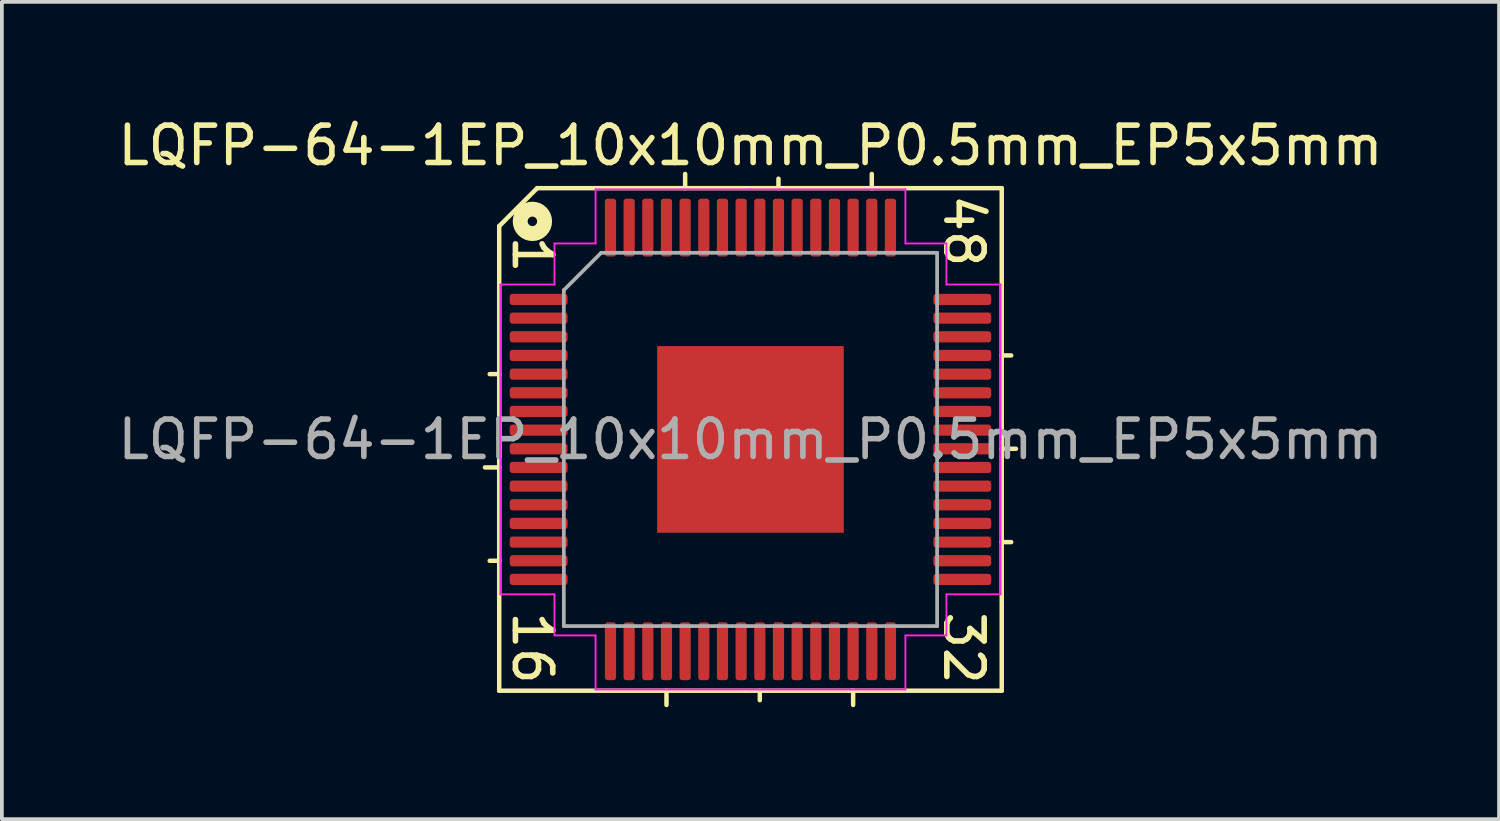
<source format=kicad_pcb>
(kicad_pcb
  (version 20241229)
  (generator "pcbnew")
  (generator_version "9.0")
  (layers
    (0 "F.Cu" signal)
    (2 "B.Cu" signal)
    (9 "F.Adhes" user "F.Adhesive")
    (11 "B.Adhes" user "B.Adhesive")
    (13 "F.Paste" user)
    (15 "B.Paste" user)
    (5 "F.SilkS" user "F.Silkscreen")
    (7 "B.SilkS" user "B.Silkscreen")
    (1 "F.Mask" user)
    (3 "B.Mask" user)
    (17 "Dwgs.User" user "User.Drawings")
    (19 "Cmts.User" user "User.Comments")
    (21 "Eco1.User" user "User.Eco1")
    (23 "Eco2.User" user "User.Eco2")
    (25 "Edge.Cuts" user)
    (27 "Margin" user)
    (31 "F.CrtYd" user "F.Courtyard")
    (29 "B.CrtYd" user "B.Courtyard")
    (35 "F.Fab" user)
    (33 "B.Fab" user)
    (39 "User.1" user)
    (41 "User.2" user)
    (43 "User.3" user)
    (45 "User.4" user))
  (footprint "LQFP-64-1EP_10x10mm_P0.5mm_EP5x5mm"
    (layer "F.Cu")
    (at 17.054 8.722)
    (property "Reference" "LQFP-64-1EP_10x10mm_P0.5mm_EP5x5mm" (at 0 -7.874 0) (layer "F.SilkS") (effects (font (size 1 1) (thickness 0.15))))
    (attr smd)
    (fp_line (start -6.731 -5.715) (end -6.731 6.731) (stroke (width 0.12) (type solid)) (layer "F.SilkS"))
    (fp_line (start -6.731 -1.75) (end -6.985 -1.75) (stroke (width 0.12) (type solid)) (layer "F.SilkS"))
    (fp_line (start -6.731 0.75) (end -7.112 0.75) (stroke (width 0.12) (type solid)) (layer "F.SilkS"))
    (fp_line (start -6.731 3.25) (end -6.985 3.25) (stroke (width 0.12) (type solid)) (layer "F.SilkS"))
    (fp_line (start -6.731 6.731) (end 6.731 6.731) (stroke (width 0.12) (type solid)) (layer "F.SilkS"))
    (fp_line (start -5.715 -6.731) (end -6.731 -5.715) (stroke (width 0.12) (type solid)) (layer "F.SilkS"))
    (fp_line (start -2.25 6.731) (end -2.25 7.112) (stroke (width 0.12) (type solid)) (layer "F.SilkS"))
    (fp_line (start -1.75 -6.731) (end -1.75 -7.112) (stroke (width 0.12) (type solid)) (layer "F.SilkS"))
    (fp_line (start 0.25 6.731) (end 0.25 6.985) (stroke (width 0.12) (type solid)) (layer "F.SilkS"))
    (fp_line (start 0.75 -6.731) (end 0.75 -6.985) (stroke (width 0.12) (type solid)) (layer "F.SilkS"))
    (fp_line (start 2.75 7.112) (end 2.75 6.731) (stroke (width 0.12) (type solid)) (layer "F.SilkS"))
    (fp_line (start 3.25 -6.731) (end 3.25 -7.112) (stroke (width 0.12) (type solid)) (layer "F.SilkS"))
    (fp_line (start 6.731 -6.731) (end -5.715 -6.731) (stroke (width 0.12) (type solid)) (layer "F.SilkS"))
    (fp_line (start 6.731 -2.25) (end 6.985 -2.25) (stroke (width 0.12) (type solid)) (layer "F.SilkS"))
    (fp_line (start 6.731 0.25) (end 7.112 0.25) (stroke (width 0.12) (type solid)) (layer "F.SilkS"))
    (fp_line (start 6.731 2.75) (end 6.985 2.75) (stroke (width 0.12) (type solid)) (layer "F.SilkS"))
    (fp_line (start 6.731 6.731) (end 6.731 -6.731) (stroke (width 0.12) (type solid)) (layer "F.SilkS"))
    (fp_circle (center -5.842 -5.842) (end -5.715 -5.842) (stroke (width 0.4) (type solid)) (fill no) (layer "F.SilkS"))
    (fp_line (start -6.7 -4.15) (end -6.7 0) (stroke (width 0.05) (type solid)) (layer "F.CrtYd"))
    (fp_line (start -6.7 4.15) (end -6.7 0) (stroke (width 0.05) (type solid)) (layer "F.CrtYd"))
    (fp_line (start -5.25 -5.25) (end -5.25 -4.15) (stroke (width 0.05) (type solid)) (layer "F.CrtYd"))
    (fp_line (start -5.25 -4.15) (end -6.7 -4.15) (stroke (width 0.05) (type solid)) (layer "F.CrtYd"))
    (fp_line (start -5.25 4.15) (end -6.7 4.15) (stroke (width 0.05) (type solid)) (layer "F.CrtYd"))
    (fp_line (start -5.25 5.25) (end -5.25 4.15) (stroke (width 0.05) (type solid)) (layer "F.CrtYd"))
    (fp_line (start -4.15 -6.7) (end -4.15 -5.25) (stroke (width 0.05) (type solid)) (layer "F.CrtYd"))
    (fp_line (start -4.15 -5.25) (end -5.25 -5.25) (stroke (width 0.05) (type solid)) (layer "F.CrtYd"))
    (fp_line (start -4.15 5.25) (end -5.25 5.25) (stroke (width 0.05) (type solid)) (layer "F.CrtYd"))
    (fp_line (start -4.15 6.7) (end -4.15 5.25) (stroke (width 0.05) (type solid)) (layer "F.CrtYd"))
    (fp_line (start 0 -6.7) (end -4.15 -6.7) (stroke (width 0.05) (type solid)) (layer "F.CrtYd"))
    (fp_line (start 0 -6.7) (end 4.15 -6.7) (stroke (width 0.05) (type solid)) (layer "F.CrtYd"))
    (fp_line (start 0 6.7) (end -4.15 6.7) (stroke (width 0.05) (type solid)) (layer "F.CrtYd"))
    (fp_line (start 0 6.7) (end 4.15 6.7) (stroke (width 0.05) (type solid)) (layer "F.CrtYd"))
    (fp_line (start 4.15 -6.7) (end 4.15 -5.25) (stroke (width 0.05) (type solid)) (layer "F.CrtYd"))
    (fp_line (start 4.15 -5.25) (end 5.25 -5.25) (stroke (width 0.05) (type solid)) (layer "F.CrtYd"))
    (fp_line (start 4.15 5.25) (end 5.25 5.25) (stroke (width 0.05) (type solid)) (layer "F.CrtYd"))
    (fp_line (start 4.15 6.7) (end 4.15 5.25) (stroke (width 0.05) (type solid)) (layer "F.CrtYd"))
    (fp_line (start 5.25 -5.25) (end 5.25 -4.15) (stroke (width 0.05) (type solid)) (layer "F.CrtYd"))
    (fp_line (start 5.25 -4.15) (end 6.7 -4.15) (stroke (width 0.05) (type solid)) (layer "F.CrtYd"))
    (fp_line (start 5.25 4.15) (end 6.7 4.15) (stroke (width 0.05) (type solid)) (layer "F.CrtYd"))
    (fp_line (start 5.25 5.25) (end 5.25 4.15) (stroke (width 0.05) (type solid)) (layer "F.CrtYd"))
    (fp_line (start 6.7 -4.15) (end 6.7 0) (stroke (width 0.05) (type solid)) (layer "F.CrtYd"))
    (fp_line (start 6.7 4.15) (end 6.7 0) (stroke (width 0.05) (type solid)) (layer "F.CrtYd"))
    (fp_line (start -5 -4) (end -4 -5) (stroke (width 0.1) (type solid)) (layer "F.Fab"))
    (fp_line (start -5 5) (end -5 -4) (stroke (width 0.1) (type solid)) (layer "F.Fab"))
    (fp_line (start -4 -5) (end 5 -5) (stroke (width 0.1) (type solid)) (layer "F.Fab"))
    (fp_line (start 5 -5) (end 5 5) (stroke (width 0.1) (type solid)) (layer "F.Fab"))
    (fp_line (start 5 5) (end -5 5) (stroke (width 0.1) (type solid)) (layer "F.Fab"))
    (fp_text user "32" (at 5.715 5.588 270) (unlocked yes) (layer "F.SilkS") (effects (font (size 1 1) (thickness 0.15))))
    (fp_text user "1" (at -5.842 -4.953 270) (unlocked yes) (layer "F.SilkS") (effects (font (size 1 1) (thickness 0.15))))
    (fp_text user "16" (at -5.842 5.588 270) (unlocked yes) (layer "F.SilkS") (effects (font (size 1 1) (thickness 0.15))))
    (fp_text user "48" (at 5.715 -5.588 270) (unlocked yes) (layer "F.SilkS") (effects (font (size 1 1) (thickness 0.15))))
    (fp_text user "${REFERENCE}" (at 0 0 0) (layer "F.Fab") (effects (font (size 1 1) (thickness 0.15))))
    (pad "" smd roundrect (at -2 -2) (size 0.81 0.81) (layers "F.Paste") (roundrect_rratio 0.25))
    (pad "" smd roundrect (at -2 -1) (size 0.81 0.81) (layers "F.Paste") (roundrect_rratio 0.25))
    (pad "" smd roundrect (at -2 0) (size 0.81 0.81) (layers "F.Paste") (roundrect_rratio 0.25))
    (pad "" smd roundrect (at -2 1) (size 0.81 0.81) (layers "F.Paste") (roundrect_rratio 0.25))
    (pad "" smd roundrect (at -2 2) (size 0.81 0.81) (layers "F.Paste") (roundrect_rratio 0.25))
    (pad "" smd roundrect (at -1 -2) (size 0.81 0.81) (layers "F.Paste") (roundrect_rratio 0.25))
    (pad "" smd roundrect (at -1 -1) (size 0.81 0.81) (layers "F.Paste") (roundrect_rratio 0.25))
    (pad "" smd roundrect (at -1 0) (size 0.81 0.81) (layers "F.Paste") (roundrect_rratio 0.25))
    (pad "" smd roundrect (at -1 1) (size 0.81 0.81) (layers "F.Paste") (roundrect_rratio 0.25))
    (pad "" smd roundrect (at -1 2) (size 0.81 0.81) (layers "F.Paste") (roundrect_rratio 0.25))
    (pad "" smd roundrect (at 0 -2) (size 0.81 0.81) (layers "F.Paste") (roundrect_rratio 0.25))
    (pad "" smd roundrect (at 0 -1) (size 0.81 0.81) (layers "F.Paste") (roundrect_rratio 0.25))
    (pad "" smd roundrect (at 0 0) (size 0.81 0.81) (layers "F.Paste") (roundrect_rratio 0.25))
    (pad "" smd roundrect (at 0 1) (size 0.81 0.81) (layers "F.Paste") (roundrect_rratio 0.25))
    (pad "" smd roundrect (at 0 2) (size 0.81 0.81) (layers "F.Paste") (roundrect_rratio 0.25))
    (pad "" smd roundrect (at 1 -2) (size 0.81 0.81) (layers "F.Paste") (roundrect_rratio 0.25))
    (pad "" smd roundrect (at 1 -1) (size 0.81 0.81) (layers "F.Paste") (roundrect_rratio 0.25))
    (pad "" smd roundrect (at 1 0) (size 0.81 0.81) (layers "F.Paste") (roundrect_rratio 0.25))
    (pad "" smd roundrect (at 1 1) (size 0.81 0.81) (layers "F.Paste") (roundrect_rratio 0.25))
    (pad "" smd roundrect (at 1 2) (size 0.81 0.81) (layers "F.Paste") (roundrect_rratio 0.25))
    (pad "" smd roundrect (at 2 -2) (size 0.81 0.81) (layers "F.Paste") (roundrect_rratio 0.25))
    (pad "" smd roundrect (at 2 -1) (size 0.81 0.81) (layers "F.Paste") (roundrect_rratio 0.25))
    (pad "" smd roundrect (at 2 0) (size 0.81 0.81) (layers "F.Paste") (roundrect_rratio 0.25))
    (pad "" smd roundrect (at 2 1) (size 0.81 0.81) (layers "F.Paste") (roundrect_rratio 0.25))
    (pad "" smd roundrect (at 2 2) (size 0.81 0.81) (layers "F.Paste") (roundrect_rratio 0.25))
    (pad "1" smd roundrect (at -5.675 -3.75) (size 1.55 0.3) (layers "F.Cu" "F.Mask" "F.Paste") (roundrect_rratio 0.25))
    (pad "2" smd roundrect (at -5.675 -3.25) (size 1.55 0.3) (layers "F.Cu" "F.Mask" "F.Paste") (roundrect_rratio 0.25))
    (pad "3" smd roundrect (at -5.675 -2.75) (size 1.55 0.3) (layers "F.Cu" "F.Mask" "F.Paste") (roundrect_rratio 0.25))
    (pad "4" smd roundrect (at -5.675 -2.25) (size 1.55 0.3) (layers "F.Cu" "F.Mask" "F.Paste") (roundrect_rratio 0.25))
    (pad "5" smd roundrect (at -5.675 -1.75) (size 1.55 0.3) (layers "F.Cu" "F.Mask" "F.Paste") (roundrect_rratio 0.25))
    (pad "6" smd roundrect (at -5.675 -1.25) (size 1.55 0.3) (layers "F.Cu" "F.Mask" "F.Paste") (roundrect_rratio 0.25))
    (pad "7" smd roundrect (at -5.675 -0.75) (size 1.55 0.3) (layers "F.Cu" "F.Mask" "F.Paste") (roundrect_rratio 0.25))
    (pad "8" smd roundrect (at -5.675 -0.25) (size 1.55 0.3) (layers "F.Cu" "F.Mask" "F.Paste") (roundrect_rratio 0.25))
    (pad "9" smd roundrect (at -5.675 0.25) (size 1.55 0.3) (layers "F.Cu" "F.Mask" "F.Paste") (roundrect_rratio 0.25))
    (pad "10" smd roundrect (at -5.675 0.75) (size 1.55 0.3) (layers "F.Cu" "F.Mask" "F.Paste") (roundrect_rratio 0.25))
    (pad "11" smd roundrect (at -5.675 1.25) (size 1.55 0.3) (layers "F.Cu" "F.Mask" "F.Paste") (roundrect_rratio 0.25))
    (pad "12" smd roundrect (at -5.675 1.75) (size 1.55 0.3) (layers "F.Cu" "F.Mask" "F.Paste") (roundrect_rratio 0.25))
    (pad "13" smd roundrect (at -5.675 2.25) (size 1.55 0.3) (layers "F.Cu" "F.Mask" "F.Paste") (roundrect_rratio 0.25))
    (pad "14" smd roundrect (at -5.675 2.75) (size 1.55 0.3) (layers "F.Cu" "F.Mask" "F.Paste") (roundrect_rratio 0.25))
    (pad "15" smd roundrect (at -5.675 3.25) (size 1.55 0.3) (layers "F.Cu" "F.Mask" "F.Paste") (roundrect_rratio 0.25))
    (pad "16" smd roundrect (at -5.675 3.75) (size 1.55 0.3) (layers "F.Cu" "F.Mask" "F.Paste") (roundrect_rratio 0.25))
    (pad "17" smd roundrect (at -3.75 5.675) (size 0.3 1.55) (layers "F.Cu" "F.Mask" "F.Paste") (roundrect_rratio 0.25))
    (pad "18" smd roundrect (at -3.25 5.675) (size 0.3 1.55) (layers "F.Cu" "F.Mask" "F.Paste") (roundrect_rratio 0.25))
    (pad "19" smd roundrect (at -2.75 5.675) (size 0.3 1.55) (layers "F.Cu" "F.Mask" "F.Paste") (roundrect_rratio 0.25))
    (pad "20" smd roundrect (at -2.25 5.675) (size 0.3 1.55) (layers "F.Cu" "F.Mask" "F.Paste") (roundrect_rratio 0.25))
    (pad "21" smd roundrect (at -1.75 5.675) (size 0.3 1.55) (layers "F.Cu" "F.Mask" "F.Paste") (roundrect_rratio 0.25))
    (pad "22" smd roundrect (at -1.25 5.675) (size 0.3 1.55) (layers "F.Cu" "F.Mask" "F.Paste") (roundrect_rratio 0.25))
    (pad "23" smd roundrect (at -0.75 5.675) (size 0.3 1.55) (layers "F.Cu" "F.Mask" "F.Paste") (roundrect_rratio 0.25))
    (pad "24" smd roundrect (at -0.25 5.675) (size 0.3 1.55) (layers "F.Cu" "F.Mask" "F.Paste") (roundrect_rratio 0.25))
    (pad "25" smd roundrect (at 0.25 5.675) (size 0.3 1.55) (layers "F.Cu" "F.Mask" "F.Paste") (roundrect_rratio 0.25))
    (pad "26" smd roundrect (at 0.75 5.675) (size 0.3 1.55) (layers "F.Cu" "F.Mask" "F.Paste") (roundrect_rratio 0.25))
    (pad "27" smd roundrect (at 1.25 5.675) (size 0.3 1.55) (layers "F.Cu" "F.Mask" "F.Paste") (roundrect_rratio 0.25))
    (pad "28" smd roundrect (at 1.75 5.675) (size 0.3 1.55) (layers "F.Cu" "F.Mask" "F.Paste") (roundrect_rratio 0.25))
    (pad "29" smd roundrect (at 2.25 5.675) (size 0.3 1.55) (layers "F.Cu" "F.Mask" "F.Paste") (roundrect_rratio 0.25))
    (pad "30" smd roundrect (at 2.75 5.675) (size 0.3 1.55) (layers "F.Cu" "F.Mask" "F.Paste") (roundrect_rratio 0.25))
    (pad "31" smd roundrect (at 3.25 5.675) (size 0.3 1.55) (layers "F.Cu" "F.Mask" "F.Paste") (roundrect_rratio 0.25))
    (pad "32" smd roundrect (at 3.75 5.675) (size 0.3 1.55) (layers "F.Cu" "F.Mask" "F.Paste") (roundrect_rratio 0.25))
    (pad "33" smd roundrect (at 5.675 3.75) (size 1.55 0.3) (layers "F.Cu" "F.Mask" "F.Paste") (roundrect_rratio 0.25))
    (pad "34" smd roundrect (at 5.675 3.25) (size 1.55 0.3) (layers "F.Cu" "F.Mask" "F.Paste") (roundrect_rratio 0.25))
    (pad "35" smd roundrect (at 5.675 2.75) (size 1.55 0.3) (layers "F.Cu" "F.Mask" "F.Paste") (roundrect_rratio 0.25))
    (pad "36" smd roundrect (at 5.675 2.25) (size 1.55 0.3) (layers "F.Cu" "F.Mask" "F.Paste") (roundrect_rratio 0.25))
    (pad "37" smd roundrect (at 5.675 1.75) (size 1.55 0.3) (layers "F.Cu" "F.Mask" "F.Paste") (roundrect_rratio 0.25))
    (pad "38" smd roundrect (at 5.675 1.25) (size 1.55 0.3) (layers "F.Cu" "F.Mask" "F.Paste") (roundrect_rratio 0.25))
    (pad "39" smd roundrect (at 5.675 0.75) (size 1.55 0.3) (layers "F.Cu" "F.Mask" "F.Paste") (roundrect_rratio 0.25))
    (pad "40" smd roundrect (at 5.675 0.25) (size 1.55 0.3) (layers "F.Cu" "F.Mask" "F.Paste") (roundrect_rratio 0.25))
    (pad "41" smd roundrect (at 5.675 -0.25) (size 1.55 0.3) (layers "F.Cu" "F.Mask" "F.Paste") (roundrect_rratio 0.25))
    (pad "42" smd roundrect (at 5.675 -0.75) (size 1.55 0.3) (layers "F.Cu" "F.Mask" "F.Paste") (roundrect_rratio 0.25))
    (pad "43" smd roundrect (at 5.675 -1.25) (size 1.55 0.3) (layers "F.Cu" "F.Mask" "F.Paste") (roundrect_rratio 0.25))
    (pad "44" smd roundrect (at 5.675 -1.75) (size 1.55 0.3) (layers "F.Cu" "F.Mask" "F.Paste") (roundrect_rratio 0.25))
    (pad "45" smd roundrect (at 5.675 -2.25) (size 1.55 0.3) (layers "F.Cu" "F.Mask" "F.Paste") (roundrect_rratio 0.25))
    (pad "46" smd roundrect (at 5.675 -2.75) (size 1.55 0.3) (layers "F.Cu" "F.Mask" "F.Paste") (roundrect_rratio 0.25))
    (pad "47" smd roundrect (at 5.675 -3.25) (size 1.55 0.3) (layers "F.Cu" "F.Mask" "F.Paste") (roundrect_rratio 0.25))
    (pad "48" smd roundrect (at 5.675 -3.75) (size 1.55 0.3) (layers "F.Cu" "F.Mask" "F.Paste") (roundrect_rratio 0.25))
    (pad "49" smd roundrect (at 3.75 -5.675) (size 0.3 1.55) (layers "F.Cu" "F.Mask" "F.Paste") (roundrect_rratio 0.25))
    (pad "50" smd roundrect (at 3.25 -5.675) (size 0.3 1.55) (layers "F.Cu" "F.Mask" "F.Paste") (roundrect_rratio 0.25))
    (pad "51" smd roundrect (at 2.75 -5.675) (size 0.3 1.55) (layers "F.Cu" "F.Mask" "F.Paste") (roundrect_rratio 0.25))
    (pad "52" smd roundrect (at 2.25 -5.675) (size 0.3 1.55) (layers "F.Cu" "F.Mask" "F.Paste") (roundrect_rratio 0.25))
    (pad "53" smd roundrect (at 1.75 -5.675) (size 0.3 1.55) (layers "F.Cu" "F.Mask" "F.Paste") (roundrect_rratio 0.25))
    (pad "54" smd roundrect (at 1.25 -5.675) (size 0.3 1.55) (layers "F.Cu" "F.Mask" "F.Paste") (roundrect_rratio 0.25))
    (pad "55" smd roundrect (at 0.75 -5.675) (size 0.3 1.55) (layers "F.Cu" "F.Mask" "F.Paste") (roundrect_rratio 0.25))
    (pad "56" smd roundrect (at 0.25 -5.675) (size 0.3 1.55) (layers "F.Cu" "F.Mask" "F.Paste") (roundrect_rratio 0.25))
    (pad "57" smd roundrect (at -0.25 -5.675) (size 0.3 1.55) (layers "F.Cu" "F.Mask" "F.Paste") (roundrect_rratio 0.25))
    (pad "58" smd roundrect (at -0.75 -5.675) (size 0.3 1.55) (layers "F.Cu" "F.Mask" "F.Paste") (roundrect_rratio 0.25))
    (pad "59" smd roundrect (at -1.25 -5.675) (size 0.3 1.55) (layers "F.Cu" "F.Mask" "F.Paste") (roundrect_rratio 0.25))
    (pad "60" smd roundrect (at -1.75 -5.675) (size 0.3 1.55) (layers "F.Cu" "F.Mask" "F.Paste") (roundrect_rratio 0.25))
    (pad "61" smd roundrect (at -2.25 -5.675) (size 0.3 1.55) (layers "F.Cu" "F.Mask" "F.Paste") (roundrect_rratio 0.25))
    (pad "62" smd roundrect (at -2.75 -5.675) (size 0.3 1.55) (layers "F.Cu" "F.Mask" "F.Paste") (roundrect_rratio 0.25))
    (pad "63" smd roundrect (at -3.25 -5.675) (size 0.3 1.55) (layers "F.Cu" "F.Mask" "F.Paste") (roundrect_rratio 0.25))
    (pad "64" smd roundrect (at -3.75 -5.675) (size 0.3 1.55) (layers "F.Cu" "F.Mask" "F.Paste") (roundrect_rratio 0.25))
    (pad "65" smd rect (at 0 0) (size 5 5) (layers "F.Cu" "F.Mask")))
  (gr_rect
    (start -3 -3)
    (end 37.107 18.894)
    (stroke (width 0.1) (type default))
    (fill no)
    (layer "Edge.Cuts")))
</source>
